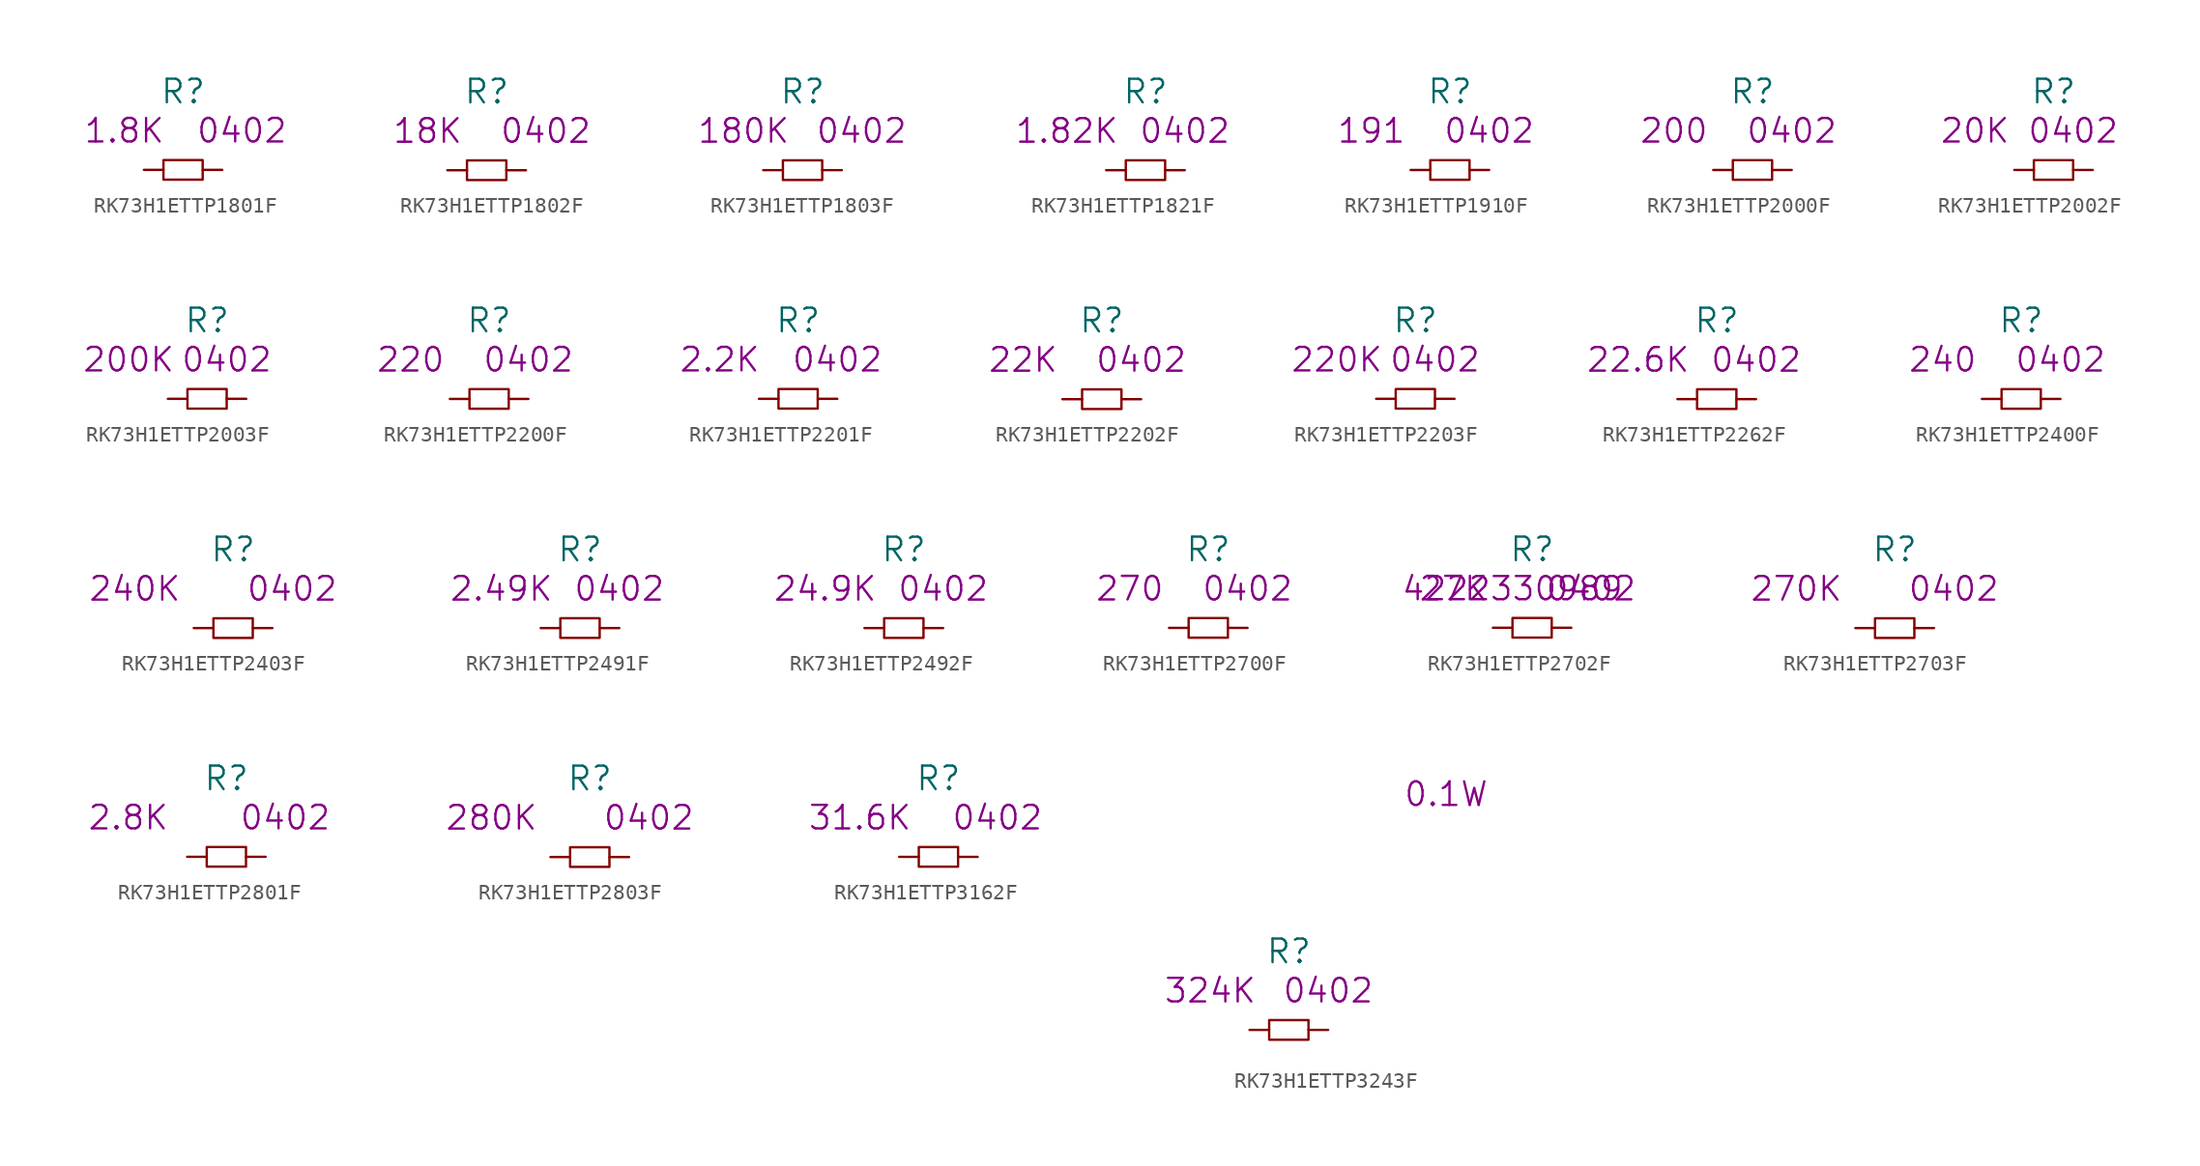
<source format=kicad_sym>
(kicad_symbol_lib
  (version 20220914)
  (generator kicad_symbol_editor)
  (symbol "RK73H1ETTP1801F"
    (pin_numbers hide)
    (pin_names
      (offset 1.016) hide)
    (property "Reference" "R"
      (at 0 5.08 0)
      (effects (font (size 1.524 1.524))))
    (property "Datasheet" ""
      (at 0 0 0)
      (effects (font (size 1.524 1.524))))
    (property "Value2" "1.8K"
      (at -3.81 2.54 0)
      (effects (font (size 1.524 1.524))))
    (property "Size" "0402"
      (at 3.81 2.54 0)
      (effects (font (size 1.524 1.524))))
    (symbol "RK73H1ETTP1801F_0_1"
      (rectangle (start -1.27 0.635) (end 1.27 -0.635) (stroke (width 0) (type solid)) (fill (type none))))
    (symbol "RK73H1ETTP1801F_1_1"
      (pin passive line (at -2.54 0 0) (length 1.27) (name "1" (effects (font (size 1.27 1.27)))) (number "1" (effects (font (size 1.27 1.27)))))
      (pin passive line (at 2.54 0 180) (length 1.27) (name "2" (effects (font (size 1.27 1.27)))) (number "2" (effects (font (size 1.27 1.27)))))))
  (symbol "RK73H1ETTP1802F"
    (pin_numbers hide)
    (pin_names
      (offset 1.016) hide)
    (property "Reference" "R"
      (at 0 5.08 0)
      (effects (font (size 1.524 1.524))))
    (property "Datasheet" ""
      (at 0 0 0)
      (effects (font (size 1.524 1.524))))
    (property "Value2" "18K"
      (at -3.81 2.54 0)
      (effects (font (size 1.524 1.524))))
    (property "Size" "0402"
      (at 3.81 2.54 0)
      (effects (font (size 1.524 1.524))))
    (symbol "RK73H1ETTP1802F_0_1"
      (rectangle (start -1.27 0.635) (end 1.27 -0.635) (stroke (width 0) (type solid)) (fill (type none))))
    (symbol "RK73H1ETTP1802F_1_1"
      (pin passive line (at -2.54 0 0) (length 1.27) (name "1" (effects (font (size 1.27 1.27)))) (number "1" (effects (font (size 1.27 1.27)))))
      (pin passive line (at 2.54 0 180) (length 1.27) (name "2" (effects (font (size 1.27 1.27)))) (number "2" (effects (font (size 1.27 1.27)))))))
  (symbol "RK73H1ETTP1803F"
    (pin_numbers hide)
    (pin_names
      (offset 1.016) hide)
    (property "Reference" "R"
      (at 0 5.08 0)
      (effects (font (size 1.524 1.524))))
    (property "Datasheet" ""
      (at 0 0 0)
      (effects (font (size 1.524 1.524))))
    (property "Value2" "180K"
      (at -3.81 2.54 0)
      (effects (font (size 1.524 1.524))))
    (property "Size" "0402"
      (at 3.81 2.54 0)
      (effects (font (size 1.524 1.524))))
    (symbol "RK73H1ETTP1803F_0_1"
      (rectangle (start -1.27 0.635) (end 1.27 -0.635) (stroke (width 0) (type solid)) (fill (type none))))
    (symbol "RK73H1ETTP1803F_1_1"
      (pin passive line (at -2.54 0 0) (length 1.27) (name "1" (effects (font (size 1.27 1.27)))) (number "1" (effects (font (size 1.27 1.27)))))
      (pin passive line (at 2.54 0 180) (length 1.27) (name "2" (effects (font (size 1.27 1.27)))) (number "2" (effects (font (size 1.27 1.27)))))))
  (symbol "RK73H1ETTP1821F"
    (pin_numbers hide)
    (pin_names
      (offset 1.016) hide)
    (property "Reference" "R"
      (at 0 5.08 0)
      (effects (font (size 1.524 1.524))))
    (property "Datasheet" ""
      (at 0 5.08 0)
      (effects (font (size 1.524 1.524))))
    (property "Value2" "1.82K"
      (at -5.08 2.54 0)
      (effects (font (size 1.524 1.524))))
    (property "Size" "0402"
      (at 2.54 2.54 0)
      (effects (font (size 1.524 1.524))))
    (symbol "RK73H1ETTP1821F_0_1"
      (rectangle (start -1.27 0.635) (end 1.27 -0.635) (stroke (width 0) (type solid)) (fill (type none))))
    (symbol "RK73H1ETTP1821F_1_1"
      (pin passive line (at -2.54 0 0) (length 1.27) (name "1" (effects (font (size 1.27 1.27)))) (number "1" (effects (font (size 1.27 1.27)))))
      (pin passive line (at 2.54 0 180) (length 1.27) (name "2" (effects (font (size 1.27 1.27)))) (number "2" (effects (font (size 1.27 1.27)))))))
  (symbol "RK73H1ETTP1910F"
    (pin_numbers hide)
    (pin_names
      (offset 1.016) hide)
    (property "Reference" "R"
      (at 0 5.08 0)
      (effects (font (size 1.524 1.524))))
    (property "Value2" "191"
      (at -5.08 2.54 0)
      (effects (font (size 1.524 1.524))))
    (property "Size" "0402"
      (at 2.54 2.54 0)
      (effects (font (size 1.524 1.524))))
    (symbol "RK73H1ETTP1910F_0_1"
      (rectangle (start -1.27 0.635) (end 1.27 -0.635) (stroke (width 0) (type solid)) (fill (type none))))
    (symbol "RK73H1ETTP1910F_1_1"
      (pin passive line (at -2.54 0 0) (length 1.27) (name "1" (effects (font (size 1.27 1.27)))) (number "1" (effects (font (size 1.27 1.27)))))
      (pin passive line (at 2.54 0 180) (length 1.27) (name "2" (effects (font (size 1.27 1.27)))) (number "2" (effects (font (size 1.27 1.27)))))))
  (symbol "RK73H1ETTP2000F"
    (pin_numbers hide)
    (pin_names
      (offset 1.016) hide)
    (property "Reference" "R"
      (at 0 5.08 0)
      (effects (font (size 1.524 1.524))))
    (property "Value2" "200"
      (at -5.08 2.54 0)
      (effects (font (size 1.524 1.524))))
    (property "Size" "0402"
      (at 2.54 2.54 0)
      (effects (font (size 1.524 1.524))))
    (symbol "RK73H1ETTP2000F_0_1"
      (rectangle (start -1.27 0.635) (end 1.27 -0.635) (stroke (width 0) (type solid)) (fill (type none))))
    (symbol "RK73H1ETTP2000F_1_1"
      (pin passive line (at -2.54 0 0) (length 1.27) (name "1" (effects (font (size 1.27 1.27)))) (number "1" (effects (font (size 1.27 1.27)))))
      (pin passive line (at 2.54 0 180) (length 1.27) (name "2" (effects (font (size 1.27 1.27)))) (number "2" (effects (font (size 1.27 1.27)))))))
  (symbol "RK73H1ETTP2002F"
    (pin_numbers hide)
    (pin_names
      (offset 1.016) hide)
    (property "Reference" "R"
      (at 0 5.08 0)
      (effects (font (size 1.524 1.524))))
    (property "Value2" "20K"
      (at -5.08 2.54 0)
      (effects (font (size 1.524 1.524))))
    (property "Size" "0402"
      (at 1.27 2.54 0)
      (effects (font (size 1.524 1.524))))
    (symbol "RK73H1ETTP2002F_0_1"
      (rectangle (start -1.27 0.635) (end 1.27 -0.635) (stroke (width 0) (type solid)) (fill (type none))))
    (symbol "RK73H1ETTP2002F_1_1"
      (pin passive line (at -2.54 0 0) (length 1.27) (name "1" (effects (font (size 1.27 1.27)))) (number "1" (effects (font (size 1.27 1.27)))))
      (pin passive line (at 2.54 0 180) (length 1.27) (name "2" (effects (font (size 1.27 1.27)))) (number "2" (effects (font (size 1.27 1.27)))))))
  (symbol "RK73H1ETTP2003F"
    (pin_numbers hide)
    (pin_names
      (offset 1.016) hide)
    (property "Reference" "R"
      (at 0 5.08 0)
      (effects (font (size 1.524 1.524))))
    (property "Value2" "200K"
      (at -5.08 2.54 0)
      (effects (font (size 1.524 1.524))))
    (property "Size" "0402"
      (at 1.27 2.54 0)
      (effects (font (size 1.524 1.524))))
    (symbol "RK73H1ETTP2003F_0_1"
      (rectangle (start -1.27 0.635) (end 1.27 -0.635) (stroke (width 0) (type solid)) (fill (type none))))
    (symbol "RK73H1ETTP2003F_1_1"
      (pin passive line (at -2.54 0 0) (length 1.27) (name "1" (effects (font (size 1.27 1.27)))) (number "1" (effects (font (size 1.27 1.27)))))
      (pin passive line (at 2.54 0 180) (length 1.27) (name "2" (effects (font (size 1.27 1.27)))) (number "2" (effects (font (size 1.27 1.27)))))))
  (symbol "RK73H1ETTP2200F"
    (pin_numbers hide)
    (pin_names
      (offset 1.016) hide)
    (property "Reference" "R"
      (at 0 5.08 0)
      (effects (font (size 1.524 1.524))))
    (property "Value2" "220"
      (at -5.08 2.54 0)
      (effects (font (size 1.524 1.524))))
    (property "Size" "0402"
      (at 2.54 2.54 0)
      (effects (font (size 1.524 1.524))))
    (symbol "RK73H1ETTP2200F_0_1"
      (rectangle (start -1.27 0.635) (end 1.27 -0.635) (stroke (width 0) (type solid)) (fill (type none))))
    (symbol "RK73H1ETTP2200F_1_1"
      (pin passive line (at -2.54 0 0) (length 1.27) (name "1" (effects (font (size 1.27 1.27)))) (number "1" (effects (font (size 1.27 1.27)))))
      (pin passive line (at 2.54 0 180) (length 1.27) (name "2" (effects (font (size 1.27 1.27)))) (number "2" (effects (font (size 1.27 1.27)))))))
  (symbol "RK73H1ETTP2201F"
    (pin_numbers hide)
    (pin_names
      (offset 1.016) hide)
    (property "Reference" "R"
      (at 0 5.08 0)
      (effects (font (size 1.524 1.524))))
    (property "Datasheet" ""
      (at 0 5.08 0)
      (effects (font (size 1.524 1.524))))
    (property "Value2" "2.2K"
      (at -5.08 2.54 0)
      (effects (font (size 1.524 1.524))))
    (property "Size" "0402"
      (at 2.54 2.54 0)
      (effects (font (size 1.524 1.524))))
    (symbol "RK73H1ETTP2201F_0_1"
      (rectangle (start -1.27 0.635) (end 1.27 -0.635) (stroke (width 0) (type solid)) (fill (type none))))
    (symbol "RK73H1ETTP2201F_1_1"
      (pin passive line (at -2.54 0 0) (length 1.27) (name "1" (effects (font (size 1.27 1.27)))) (number "1" (effects (font (size 1.27 1.27)))))
      (pin passive line (at 2.54 0 180) (length 1.27) (name "2" (effects (font (size 1.27 1.27)))) (number "2" (effects (font (size 1.27 1.27)))))))
  (symbol "RK73H1ETTP2202F"
    (pin_numbers hide)
    (pin_names
      (offset 1.016) hide)
    (property "Reference" "R"
      (at 0 5.08 0)
      (effects (font (size 1.524 1.524))))
    (property "Datasheet" ""
      (at 0 5.08 0)
      (effects (font (size 1.524 1.524))))
    (property "Value2" "22K"
      (at -5.08 2.54 0)
      (effects (font (size 1.524 1.524))))
    (property "Size" "0402"
      (at 2.54 2.54 0)
      (effects (font (size 1.524 1.524))))
    (symbol "RK73H1ETTP2202F_0_1"
      (rectangle (start -1.27 0.635) (end 1.27 -0.635) (stroke (width 0) (type solid)) (fill (type none))))
    (symbol "RK73H1ETTP2202F_1_1"
      (pin passive line (at -2.54 0 0) (length 1.27) (name "1" (effects (font (size 1.27 1.27)))) (number "1" (effects (font (size 1.27 1.27)))))
      (pin passive line (at 2.54 0 180) (length 1.27) (name "2" (effects (font (size 1.27 1.27)))) (number "2" (effects (font (size 1.27 1.27)))))))
  (symbol "RK73H1ETTP2203F"
    (pin_numbers hide)
    (pin_names
      (offset 1.016) hide)
    (property "Reference" "R"
      (at 0 5.08 0)
      (effects (font (size 1.524 1.524))))
    (property "Value2" "220K"
      (at -5.08 2.54 0)
      (effects (font (size 1.524 1.524))))
    (property "Size" "0402"
      (at 1.27 2.54 0)
      (effects (font (size 1.524 1.524))))
    (symbol "RK73H1ETTP2203F_0_1"
      (rectangle (start -1.27 0.635) (end 1.27 -0.635) (stroke (width 0) (type solid)) (fill (type none))))
    (symbol "RK73H1ETTP2203F_1_1"
      (pin passive line (at -2.54 0 0) (length 1.27) (name "1" (effects (font (size 1.27 1.27)))) (number "1" (effects (font (size 1.27 1.27)))))
      (pin passive line (at 2.54 0 180) (length 1.27) (name "2" (effects (font (size 1.27 1.27)))) (number "2" (effects (font (size 1.27 1.27)))))))
  (symbol "RK73H1ETTP2262F"
    (pin_numbers hide)
    (pin_names
      (offset 1.016) hide)
    (property "Reference" "R"
      (at 0 5.08 0)
      (effects (font (size 1.524 1.524))))
    (property "Datasheet" ""
      (at 0 5.08 0)
      (effects (font (size 1.524 1.524))))
    (property "Value2" "22.6K"
      (at -5.08 2.54 0)
      (effects (font (size 1.524 1.524))))
    (property "Size" "0402"
      (at 2.54 2.54 0)
      (effects (font (size 1.524 1.524))))
    (symbol "RK73H1ETTP2262F_0_1"
      (rectangle (start -1.27 0.635) (end 1.27 -0.635) (stroke (width 0) (type solid)) (fill (type none))))
    (symbol "RK73H1ETTP2262F_1_1"
      (pin passive line (at -2.54 0 0) (length 1.27) (name "1" (effects (font (size 1.27 1.27)))) (number "1" (effects (font (size 1.27 1.27)))))
      (pin passive line (at 2.54 0 180) (length 1.27) (name "2" (effects (font (size 1.27 1.27)))) (number "2" (effects (font (size 1.27 1.27)))))))
  (symbol "RK73H1ETTP2400F"
    (pin_numbers hide)
    (pin_names
      (offset 1.016) hide)
    (property "Reference" "R"
      (at 0 5.08 0)
      (effects (font (size 1.524 1.524))))
    (property "Datasheet" ""
      (at 0 5.08 0)
      (effects (font (size 1.524 1.524))))
    (property "Value2" "240"
      (at -5.08 2.54 0)
      (effects (font (size 1.524 1.524))))
    (property "Size" "0402"
      (at 2.54 2.54 0)
      (effects (font (size 1.524 1.524))))
    (symbol "RK73H1ETTP2400F_0_1"
      (rectangle (start -1.27 0.635) (end 1.27 -0.635) (stroke (width 0) (type solid)) (fill (type none))))
    (symbol "RK73H1ETTP2400F_1_1"
      (pin passive line (at -2.54 0 0) (length 1.27) (name "1" (effects (font (size 1.27 1.27)))) (number "1" (effects (font (size 1.27 1.27)))))
      (pin passive line (at 2.54 0 180) (length 1.27) (name "2" (effects (font (size 1.27 1.27)))) (number "2" (effects (font (size 1.27 1.27)))))))
  (symbol "RK73H1ETTP2403F"
    (pin_numbers hide)
    (pin_names
      (offset 1.016) hide)
    (property "Reference" "R"
      (at 0 5.08 0)
      (effects (font (size 1.524 1.524))))
    (property "Value2" "240K"
      (at -6.35 2.54 0)
      (effects (font (size 1.524 1.524))))
    (property "Size" "0402"
      (at 3.81 2.54 0)
      (effects (font (size 1.524 1.524))))
    (symbol "RK73H1ETTP2403F_0_1"
      (rectangle (start -1.27 0.635) (end 1.27 -0.635) (stroke (width 0) (type solid)) (fill (type none))))
    (symbol "RK73H1ETTP2403F_1_1"
      (pin passive line (at -2.54 0 0) (length 1.27) (name "1" (effects (font (size 1.27 1.27)))) (number "1" (effects (font (size 1.27 1.27)))))
      (pin passive line (at 2.54 0 180) (length 1.27) (name "2" (effects (font (size 1.27 1.27)))) (number "2" (effects (font (size 1.27 1.27)))))))
  (symbol "RK73H1ETTP2491F"
    (pin_numbers hide)
    (pin_names
      (offset 1.016) hide)
    (property "Reference" "R"
      (at 0 5.08 0)
      (effects (font (size 1.524 1.524))))
    (property "Datasheet" ""
      (at 0 5.08 0)
      (effects (font (size 1.524 1.524))))
    (property "Value2" "2.49K"
      (at -5.08 2.54 0)
      (effects (font (size 1.524 1.524))))
    (property "Size" "0402"
      (at 2.54 2.54 0)
      (effects (font (size 1.524 1.524))))
    (symbol "RK73H1ETTP2491F_0_1"
      (rectangle (start -1.27 0.635) (end 1.27 -0.635) (stroke (width 0) (type solid)) (fill (type none))))
    (symbol "RK73H1ETTP2491F_1_1"
      (pin passive line (at -2.54 0 0) (length 1.27) (name "1" (effects (font (size 1.27 1.27)))) (number "1" (effects (font (size 1.27 1.27)))))
      (pin passive line (at 2.54 0 180) (length 1.27) (name "2" (effects (font (size 1.27 1.27)))) (number "2" (effects (font (size 1.27 1.27)))))))
  (symbol "RK73H1ETTP2492F"
    (pin_numbers hide)
    (pin_names
      (offset 1.016) hide)
    (property "Reference" "R"
      (at 0 5.08 0)
      (effects (font (size 1.524 1.524))))
    (property "Datasheet" ""
      (at 0 5.08 0)
      (effects (font (size 1.524 1.524))))
    (property "Value2" "24.9K"
      (at -5.08 2.54 0)
      (effects (font (size 1.524 1.524))))
    (property "Size" "0402"
      (at 2.54 2.54 0)
      (effects (font (size 1.524 1.524))))
    (symbol "RK73H1ETTP2492F_0_1"
      (rectangle (start -1.27 0.635) (end 1.27 -0.635) (stroke (width 0) (type solid)) (fill (type none))))
    (symbol "RK73H1ETTP2492F_1_1"
      (pin passive line (at -2.54 0 0) (length 1.27) (name "1" (effects (font (size 1.27 1.27)))) (number "1" (effects (font (size 1.27 1.27)))))
      (pin passive line (at 2.54 0 180) (length 1.27) (name "2" (effects (font (size 1.27 1.27)))) (number "2" (effects (font (size 1.27 1.27)))))))
  (symbol "RK73H1ETTP2700F"
    (pin_numbers hide)
    (pin_names
      (offset 1.016) hide)
    (property "Reference" "R"
      (at 0 5.08 0)
      (effects (font (size 1.524 1.524))))
    (property "Datasheet" ""
      (at 0 5.08 0)
      (effects (font (size 1.524 1.524))))
    (property "Value2" "270"
      (at -5.08 2.54 0)
      (effects (font (size 1.524 1.524))))
    (property "Size" "0402"
      (at 2.54 2.54 0)
      (effects (font (size 1.524 1.524))))
    (symbol "RK73H1ETTP2700F_0_1"
      (rectangle (start -1.27 0.635) (end 1.27 -0.635) (stroke (width 0) (type solid)) (fill (type none))))
    (symbol "RK73H1ETTP2700F_1_1"
      (pin passive line (at -2.54 0 0) (length 1.27) (name "1" (effects (font (size 1.27 1.27)))) (number "1" (effects (font (size 1.27 1.27)))))
      (pin passive line (at 2.54 0 180) (length 1.27) (name "2" (effects (font (size 1.27 1.27)))) (number "2" (effects (font (size 1.27 1.27)))))))
  (symbol "RK73H1ETTP2702F"
    (pin_numbers hide)
    (pin_names
      (offset 1.016) hide)
    (property "Reference" "R"
      (at 0 5.08 0)
      (effects (font (size 1.524 1.524))))
    (property "Datasheet" ""
      (at 0 0 0)
      (effects (font (size 1.524 1.524))))
    (property "Value2" "27K"
      (at -5.08 2.54 0)
      (effects (font (size 1.524 1.524))))
    (property "Size" "0402"
      (at 3.81 2.54 0)
      (effects (font (size 1.524 1.524))))
    (property "AC" "4222330989"
      (at -1.27 2.54 0)
      (effects (font (size 1.499 1.499))))
    (symbol "RK73H1ETTP2702F_0_1"
      (rectangle (start -1.27 0.635) (end 1.27 -0.635) (stroke (width 0) (type solid)) (fill (type none))))
    (symbol "RK73H1ETTP2702F_1_1"
      (pin passive line (at -2.54 0 0) (length 1.27) (name "1" (effects (font (size 1.27 1.27)))) (number "1" (effects (font (size 1.27 1.27)))))
      (pin passive line (at 2.54 0 180) (length 1.27) (name "2" (effects (font (size 1.27 1.27)))) (number "2" (effects (font (size 1.27 1.27)))))))
  (symbol "RK73H1ETTP2703F"
    (pin_numbers hide)
    (pin_names
      (offset 1.016) hide)
    (property "Reference" "R"
      (at 0 5.08 0)
      (effects (font (size 1.524 1.524))))
    (property "Datasheet" ""
      (at 0 5.08 0)
      (effects (font (size 1.524 1.524))))
    (property "Value2" "270K"
      (at -6.35 2.54 0)
      (effects (font (size 1.524 1.524))))
    (property "Size" "0402"
      (at 3.81 2.54 0)
      (effects (font (size 1.524 1.524))))
    (symbol "RK73H1ETTP2703F_0_1"
      (rectangle (start -1.27 0.635) (end 1.27 -0.635) (stroke (width 0) (type solid)) (fill (type none))))
    (symbol "RK73H1ETTP2703F_1_1"
      (pin passive line (at -2.54 0 0) (length 1.27) (name "1" (effects (font (size 1.27 1.27)))) (number "1" (effects (font (size 1.27 1.27)))))
      (pin passive line (at 2.54 0 180) (length 1.27) (name "2" (effects (font (size 1.27 1.27)))) (number "2" (effects (font (size 1.27 1.27)))))))
  (symbol "RK73H1ETTP2801F"
    (pin_numbers hide)
    (pin_names
      (offset 1.016) hide)
    (property "Reference" "R"
      (at 0 5.08 0)
      (effects (font (size 1.524 1.524))))
    (property "Datasheet" ""
      (at 0 5.08 0)
      (effects (font (size 1.524 1.524))))
    (property "Value2" "2.8K"
      (at -6.35 2.54 0)
      (effects (font (size 1.524 1.524))))
    (property "Size" "0402"
      (at 3.81 2.54 0)
      (effects (font (size 1.524 1.524))))
    (symbol "RK73H1ETTP2801F_0_1"
      (rectangle (start -1.27 0.635) (end 1.27 -0.635) (stroke (width 0) (type solid)) (fill (type none))))
    (symbol "RK73H1ETTP2801F_1_1"
      (pin passive line (at -2.54 0 0) (length 1.27) (name "1" (effects (font (size 1.27 1.27)))) (number "1" (effects (font (size 1.27 1.27)))))
      (pin passive line (at 2.54 0 180) (length 1.27) (name "2" (effects (font (size 1.27 1.27)))) (number "2" (effects (font (size 1.27 1.27)))))))
  (symbol "RK73H1ETTP2803F"
    (pin_numbers hide)
    (pin_names
      (offset 1.016) hide)
    (property "Reference" "R"
      (at 0 5.08 0)
      (effects (font (size 1.524 1.524))))
    (property "Datasheet" ""
      (at 0 5.08 0)
      (effects (font (size 1.524 1.524))))
    (property "Value2" "280K"
      (at -6.35 2.54 0)
      (effects (font (size 1.524 1.524))))
    (property "Size" "0402"
      (at 3.81 2.54 0)
      (effects (font (size 1.524 1.524))))
    (symbol "RK73H1ETTP2803F_0_1"
      (rectangle (start -1.27 0.635) (end 1.27 -0.635) (stroke (width 0) (type solid)) (fill (type none))))
    (symbol "RK73H1ETTP2803F_1_1"
      (pin passive line (at -2.54 0 0) (length 1.27) (name "1" (effects (font (size 1.27 1.27)))) (number "1" (effects (font (size 1.27 1.27)))))
      (pin passive line (at 2.54 0 180) (length 1.27) (name "2" (effects (font (size 1.27 1.27)))) (number "2" (effects (font (size 1.27 1.27)))))))
  (symbol "RK73H1ETTP3162F"
    (pin_numbers hide)
    (pin_names
      (offset 1.016) hide)
    (property "Reference" "R"
      (at 0 5.08 0)
      (effects (font (size 1.524 1.524))))
    (property "Value2" "31.6K"
      (at -5.08 2.54 0)
      (effects (font (size 1.524 1.524))))
    (property "Size" "0402"
      (at 3.81 2.54 0)
      (effects (font (size 1.524 1.524))))
    (symbol "RK73H1ETTP3162F_0_1"
      (rectangle (start -1.27 0.635) (end 1.27 -0.635) (stroke (width 0) (type solid)) (fill (type none))))
    (symbol "RK73H1ETTP3162F_1_1"
      (pin passive line (at -2.54 0 0) (length 1.27) (name "1" (effects (font (size 1.27 1.27)))) (number "1" (effects (font (size 1.27 1.27)))))
      (pin passive line (at 2.54 0 180) (length 1.27) (name "2" (effects (font (size 1.27 1.27)))) (number "2" (effects (font (size 1.27 1.27)))))))
  (symbol "RK73H1ETTP3243F"
    (pin_numbers hide)
    (pin_names
      (offset 1.016) hide)
    (property "Reference" "R"
      (at 0 5.08 0)
      (effects (font (size 1.524 1.524))))
    (property "Value2" "324K"
      (at -5.08 2.54 0)
      (effects (font (size 1.524 1.524))))
    (property "Size" "0402"
      (at 2.54 2.54 0)
      (effects (font (size 1.524 1.524))))
    (property "Rating" "0.1W"
      (at 10.16 15.24 0)
      (effects (font (size 1.524 1.524))))
    (symbol "RK73H1ETTP3243F_0_1"
      (rectangle (start -1.27 0.635) (end 1.27 -0.635) (stroke (width 0) (type solid)) (fill (type none))))
    (symbol "RK73H1ETTP3243F_1_1"
      (pin passive line (at -2.54 0 0) (length 1.27) (name "1" (effects (font (size 1.27 1.27)))) (number "1" (effects (font (size 1.27 1.27)))))
      (pin passive line (at 2.54 0 180) (length 1.27) (name "2" (effects (font (size 1.27 1.27)))) (number "2" (effects (font (size 1.27 1.27))))))))
</source>
